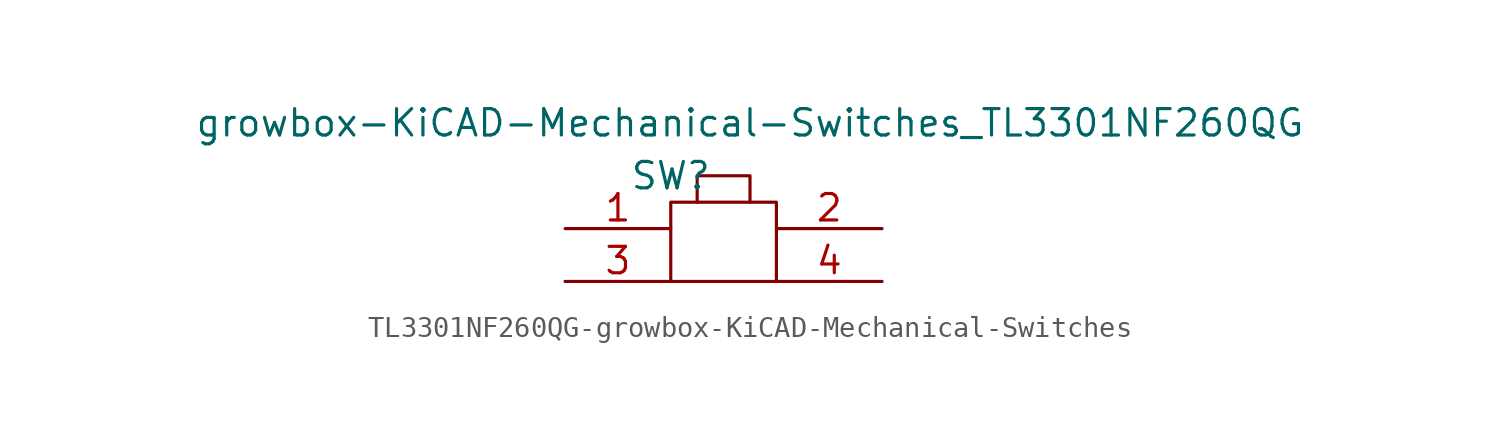
<source format=kicad_sym>
(kicad_symbol_lib
  (version 20231120)
  (generator "kicad_symbol_editor")
  (generator_version "8.0")
  (symbol "TL3301NF260QG-growbox-KiCAD-Mechanical-Switches"
    (pin_names
      (offset 1.016))
    (property "Reference" "SW"
      (at -2.54 2.54 0)
      (effects (font (size 1.27 1.27))))
    (property "Value" "growbox-KiCAD-Mechanical-Switches_TL3301NF260QG"
      (at 1.27 5.08 0)
      (effects (font (size 1.27 1.27))))
    (symbol "TL3301NF260QG-growbox-KiCAD-Mechanical-Switches_0_1"
      (rectangle (start -2.54 1.27) (end 2.54 -2.54) (stroke (width 0) (type solid)) (fill (type none))))
    (symbol "TL3301NF260QG-growbox-KiCAD-Mechanical-Switches_1_1"
      (polyline (pts (xy -1.27 1.27) (xy -1.27 2.54) (xy 1.27 2.54) (xy 1.27 1.27)) (stroke (width 0) (type solid)) (fill (type none)))
      (pin passive line (at -7.62 0 0) (length 5.08) (name "~" (effects (font (size 1.27 1.27)))) (number "1" (effects (font (size 1.27 1.27)))))
      (pin passive line (at 7.62 0 180) (length 5.08) (name "~" (effects (font (size 1.27 1.27)))) (number "2" (effects (font (size 1.27 1.27)))))
      (pin passive line (at -7.62 -2.54 0) (length 5.08) (name "~" (effects (font (size 1.27 1.27)))) (number "3" (effects (font (size 1.27 1.27)))))
      (pin passive line (at 7.62 -2.54 180) (length 5.08) (name "~" (effects (font (size 1.27 1.27)))) (number "4" (effects (font (size 1.27 1.27))))))))
</source>
